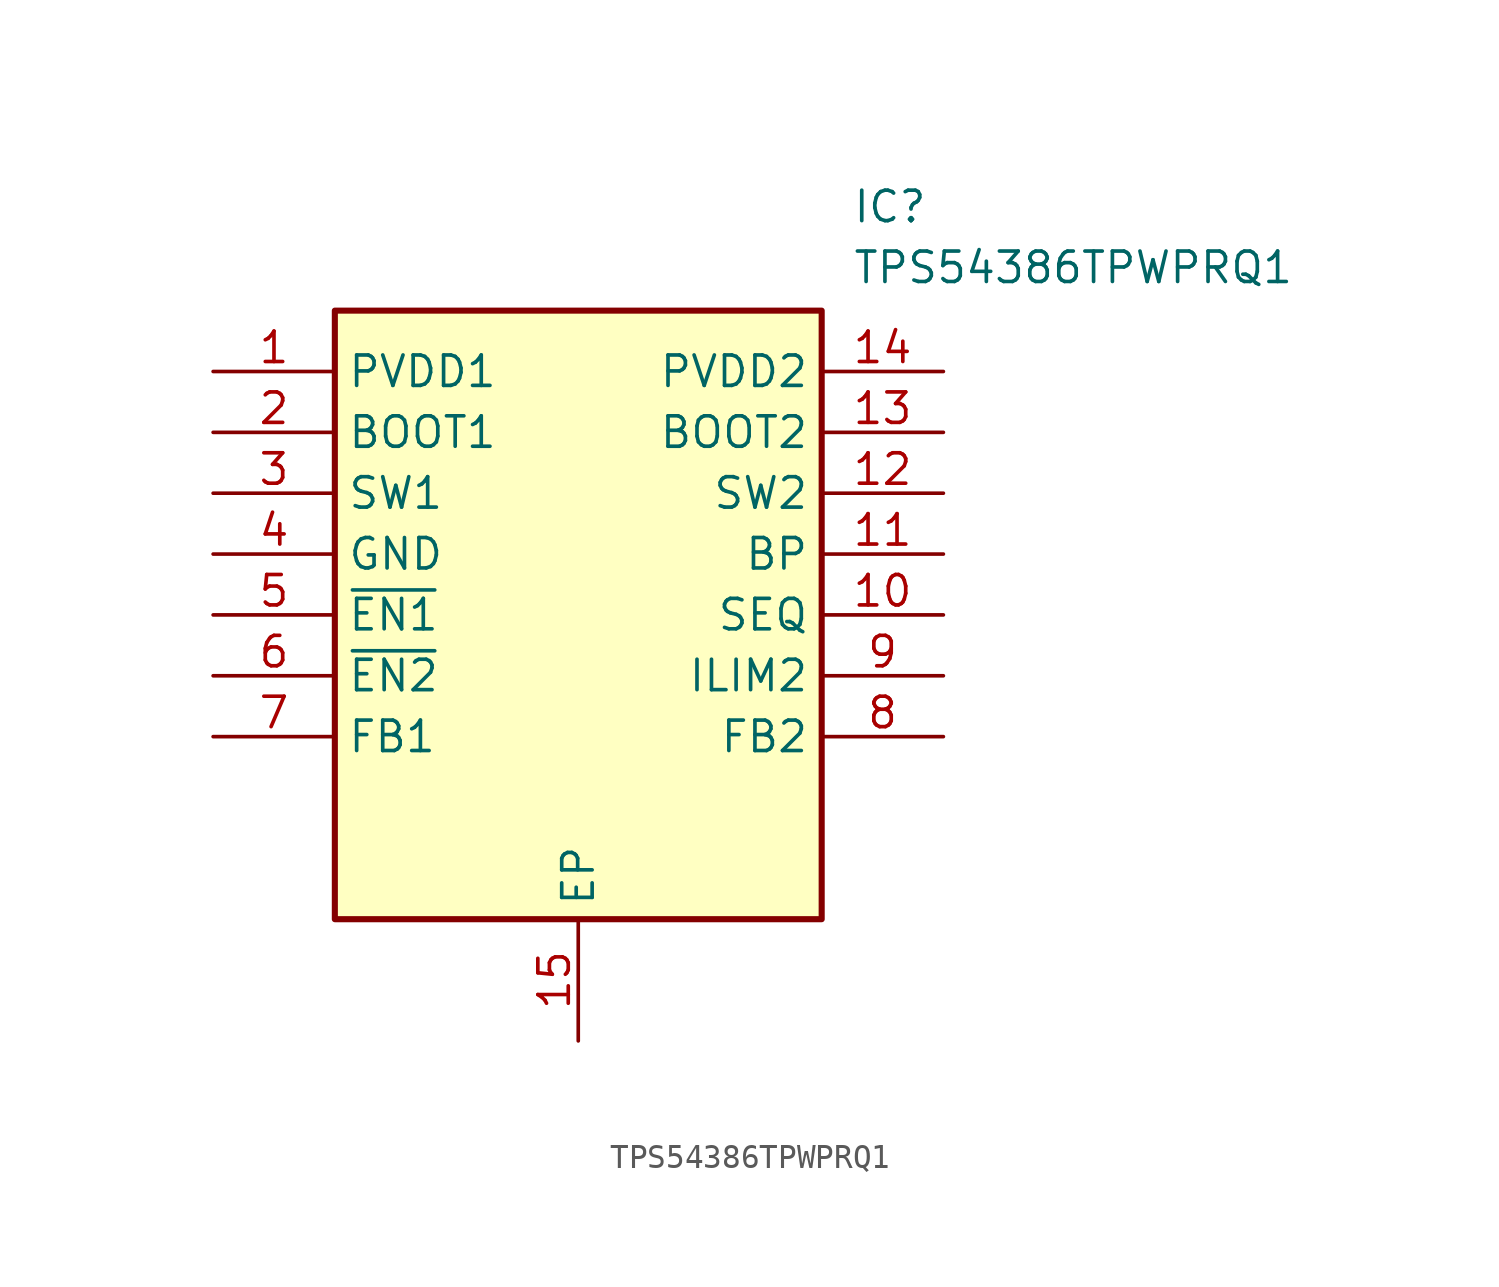
<source format=kicad_sym>
(kicad_symbol_lib
  (version 20211014)
  (generator SamacSys_ECAD_Model)
  (symbol "TPS54386TPWPRQ1"
    (property "Reference" "IC"
      (at 26.67 7.62 0)
      (effects (font (size 1.27 1.27)) (justify left top)))
    (property "Value" "TPS54386TPWPRQ1"
      (at 26.67 5.08 0)
      (effects (font (size 1.27 1.27)) (justify left top)))
    (rectangle
      (start 5.08 2.54)
      (end 25.4 -22.86)
      (stroke (width 0.254) (type default))
      (fill (type background)))
    (pin passive line
      (at 0 0 0)
      (length 5.08)
      (name "PVDD1" (effects (font (size 1.27 1.27))))
      (number "1" (effects (font (size 1.27 1.27)))))
    (pin passive line
      (at 0 -2.54 0)
      (length 5.08)
      (name "BOOT1" (effects (font (size 1.27 1.27))))
      (number "2" (effects (font (size 1.27 1.27)))))
    (pin passive line
      (at 0 -5.08 0)
      (length 5.08)
      (name "SW1" (effects (font (size 1.27 1.27))))
      (number "3" (effects (font (size 1.27 1.27)))))
    (pin passive line
      (at 0 -7.62 0)
      (length 5.08)
      (name "GND" (effects (font (size 1.27 1.27))))
      (number "4" (effects (font (size 1.27 1.27)))))
    (pin passive line
      (at 0 -10.16 0)
      (length 5.08)
      (name "~{EN1}" (effects (font (size 1.27 1.27))))
      (number "5" (effects (font (size 1.27 1.27)))))
    (pin passive line
      (at 0 -12.7 0)
      (length 5.08)
      (name "~{EN2}" (effects (font (size 1.27 1.27))))
      (number "6" (effects (font (size 1.27 1.27)))))
    (pin passive line
      (at 0 -15.24 0)
      (length 5.08)
      (name "FB1" (effects (font (size 1.27 1.27))))
      (number "7" (effects (font (size 1.27 1.27)))))
    (pin passive line
      (at 15.24 -27.94 90)
      (length 5.08)
      (name "EP" (effects (font (size 1.27 1.27))))
      (number "15" (effects (font (size 1.27 1.27)))))
    (pin passive line
      (at 30.48 0 180)
      (length 5.08)
      (name "PVDD2" (effects (font (size 1.27 1.27))))
      (number "14" (effects (font (size 1.27 1.27)))))
    (pin passive line
      (at 30.48 -2.54 180)
      (length 5.08)
      (name "BOOT2" (effects (font (size 1.27 1.27))))
      (number "13" (effects (font (size 1.27 1.27)))))
    (pin passive line
      (at 30.48 -5.08 180)
      (length 5.08)
      (name "SW2" (effects (font (size 1.27 1.27))))
      (number "12" (effects (font (size 1.27 1.27)))))
    (pin passive line
      (at 30.48 -7.62 180)
      (length 5.08)
      (name "BP" (effects (font (size 1.27 1.27))))
      (number "11" (effects (font (size 1.27 1.27)))))
    (pin passive line
      (at 30.48 -10.16 180)
      (length 5.08)
      (name "SEQ" (effects (font (size 1.27 1.27))))
      (number "10" (effects (font (size 1.27 1.27)))))
    (pin passive line
      (at 30.48 -12.7 180)
      (length 5.08)
      (name "ILIM2" (effects (font (size 1.27 1.27))))
      (number "9" (effects (font (size 1.27 1.27)))))
    (pin passive line
      (at 30.48 -15.24 180)
      (length 5.08)
      (name "FB2" (effects (font (size 1.27 1.27))))
      (number "8" (effects (font (size 1.27 1.27)))))))
</source>
